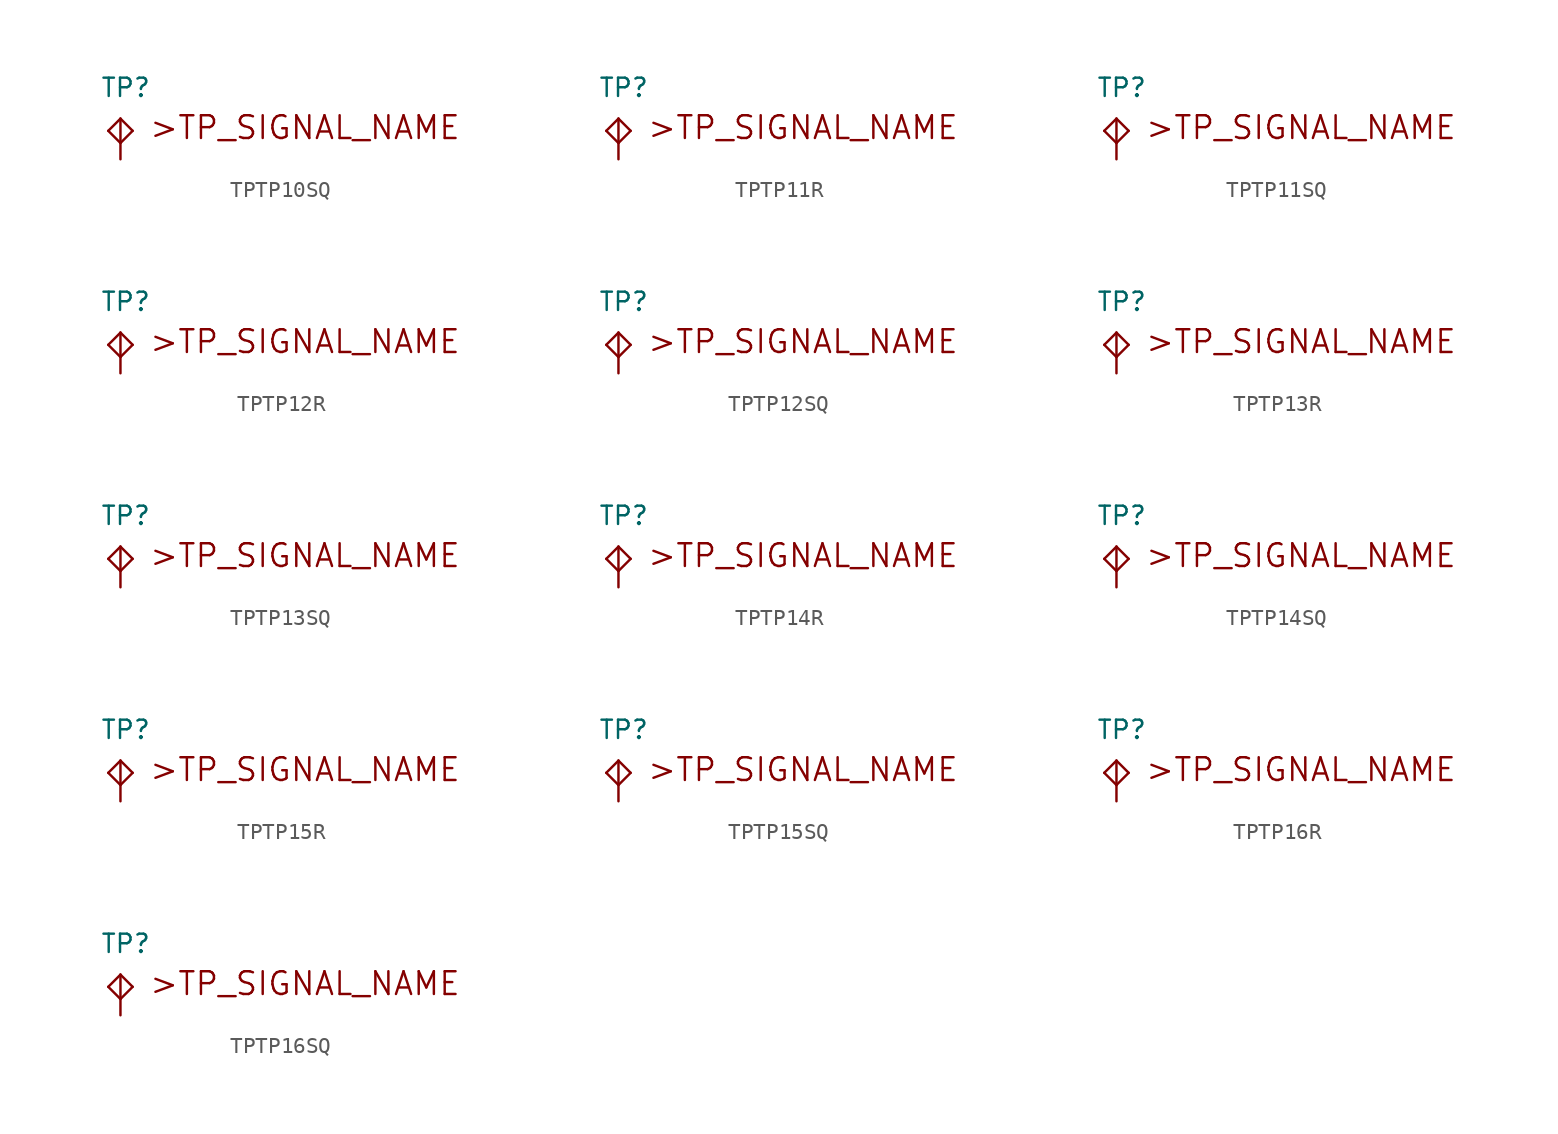
<source format=kicad_sym>
(kicad_symbol_lib
  (version 20211014)
  (generator kicad_symbol_editor)
  (symbol "TPTP10SQ"
    (pin_numbers hide)
    (pin_names
      (offset 1.016) hide)
    (property "Reference" "TP"
      (at -1.27 1.27 0)
      (effects (font (size 1.143 1.143)) (justify left bottom)))
    (property "ki_locked" ""
      (at 0 0 0)
      (effects (font (size 1.27 1.27))))
    (symbol "TPTP10SQ_1_0"
      (polyline (pts (xy -0.762 -0.762) (xy 0 0)) (stroke (width 0) (type default) (color 0 0 0 0)) (fill (type none)))
      (polyline (pts (xy 0 -1.524) (xy -0.762 -0.762)) (stroke (width 0) (type default) (color 0 0 0 0)) (fill (type none)))
      (polyline (pts (xy 0 0) (xy 0.762 -0.762)) (stroke (width 0) (type default) (color 0 0 0 0)) (fill (type none)))
      (polyline (pts (xy 0.762 -0.762) (xy 0 -1.524)) (stroke (width 0) (type default) (color 0 0 0 0)) (fill (type none)))
      (text ">TP_SIGNAL_NAME" (at 11.532 -0.559 0) (effects (font (size 1.422 1.422)))))
    (symbol "TPTP10SQ_1_1"
      (pin input line (at 0 -2.54 90) (length 2.54) (name "TP" (effects (font (size 1.016 1.016)))) (number "TP" (effects (font (size 1.016 1.016)))))))
  (symbol "TPTP11R"
    (pin_numbers hide)
    (pin_names
      (offset 1.016) hide)
    (property "Reference" "TP"
      (at -1.27 1.27 0)
      (effects (font (size 1.143 1.143)) (justify left bottom)))
    (property "ki_locked" ""
      (at 0 0 0)
      (effects (font (size 1.27 1.27))))
    (symbol "TPTP11R_1_0"
      (polyline (pts (xy -0.762 -0.762) (xy 0 0)) (stroke (width 0) (type default) (color 0 0 0 0)) (fill (type none)))
      (polyline (pts (xy 0 -1.524) (xy -0.762 -0.762)) (stroke (width 0) (type default) (color 0 0 0 0)) (fill (type none)))
      (polyline (pts (xy 0 0) (xy 0.762 -0.762)) (stroke (width 0) (type default) (color 0 0 0 0)) (fill (type none)))
      (polyline (pts (xy 0.762 -0.762) (xy 0 -1.524)) (stroke (width 0) (type default) (color 0 0 0 0)) (fill (type none)))
      (text ">TP_SIGNAL_NAME" (at 11.532 -0.559 0) (effects (font (size 1.422 1.422)))))
    (symbol "TPTP11R_1_1"
      (pin input line (at 0 -2.54 90) (length 2.54) (name "TP" (effects (font (size 1.016 1.016)))) (number "TP" (effects (font (size 1.016 1.016)))))))
  (symbol "TPTP11SQ"
    (pin_numbers hide)
    (pin_names
      (offset 1.016) hide)
    (property "Reference" "TP"
      (at -1.27 1.27 0)
      (effects (font (size 1.143 1.143)) (justify left bottom)))
    (property "ki_locked" ""
      (at 0 0 0)
      (effects (font (size 1.27 1.27))))
    (symbol "TPTP11SQ_1_0"
      (polyline (pts (xy -0.762 -0.762) (xy 0 0)) (stroke (width 0) (type default) (color 0 0 0 0)) (fill (type none)))
      (polyline (pts (xy 0 -1.524) (xy -0.762 -0.762)) (stroke (width 0) (type default) (color 0 0 0 0)) (fill (type none)))
      (polyline (pts (xy 0 0) (xy 0.762 -0.762)) (stroke (width 0) (type default) (color 0 0 0 0)) (fill (type none)))
      (polyline (pts (xy 0.762 -0.762) (xy 0 -1.524)) (stroke (width 0) (type default) (color 0 0 0 0)) (fill (type none)))
      (text ">TP_SIGNAL_NAME" (at 11.532 -0.559 0) (effects (font (size 1.422 1.422)))))
    (symbol "TPTP11SQ_1_1"
      (pin input line (at 0 -2.54 90) (length 2.54) (name "TP" (effects (font (size 1.016 1.016)))) (number "TP" (effects (font (size 1.016 1.016)))))))
  (symbol "TPTP12R"
    (pin_numbers hide)
    (pin_names
      (offset 1.016) hide)
    (property "Reference" "TP"
      (at -1.27 1.27 0)
      (effects (font (size 1.143 1.143)) (justify left bottom)))
    (property "ki_locked" ""
      (at 0 0 0)
      (effects (font (size 1.27 1.27))))
    (symbol "TPTP12R_1_0"
      (polyline (pts (xy -0.762 -0.762) (xy 0 0)) (stroke (width 0) (type default) (color 0 0 0 0)) (fill (type none)))
      (polyline (pts (xy 0 -1.524) (xy -0.762 -0.762)) (stroke (width 0) (type default) (color 0 0 0 0)) (fill (type none)))
      (polyline (pts (xy 0 0) (xy 0.762 -0.762)) (stroke (width 0) (type default) (color 0 0 0 0)) (fill (type none)))
      (polyline (pts (xy 0.762 -0.762) (xy 0 -1.524)) (stroke (width 0) (type default) (color 0 0 0 0)) (fill (type none)))
      (text ">TP_SIGNAL_NAME" (at 11.532 -0.559 0) (effects (font (size 1.422 1.422)))))
    (symbol "TPTP12R_1_1"
      (pin input line (at 0 -2.54 90) (length 2.54) (name "TP" (effects (font (size 1.016 1.016)))) (number "TP" (effects (font (size 1.016 1.016)))))))
  (symbol "TPTP12SQ"
    (pin_numbers hide)
    (pin_names
      (offset 1.016) hide)
    (property "Reference" "TP"
      (at -1.27 1.27 0)
      (effects (font (size 1.143 1.143)) (justify left bottom)))
    (property "ki_locked" ""
      (at 0 0 0)
      (effects (font (size 1.27 1.27))))
    (symbol "TPTP12SQ_1_0"
      (polyline (pts (xy -0.762 -0.762) (xy 0 0)) (stroke (width 0) (type default) (color 0 0 0 0)) (fill (type none)))
      (polyline (pts (xy 0 -1.524) (xy -0.762 -0.762)) (stroke (width 0) (type default) (color 0 0 0 0)) (fill (type none)))
      (polyline (pts (xy 0 0) (xy 0.762 -0.762)) (stroke (width 0) (type default) (color 0 0 0 0)) (fill (type none)))
      (polyline (pts (xy 0.762 -0.762) (xy 0 -1.524)) (stroke (width 0) (type default) (color 0 0 0 0)) (fill (type none)))
      (text ">TP_SIGNAL_NAME" (at 11.532 -0.559 0) (effects (font (size 1.422 1.422)))))
    (symbol "TPTP12SQ_1_1"
      (pin input line (at 0 -2.54 90) (length 2.54) (name "TP" (effects (font (size 1.016 1.016)))) (number "TP" (effects (font (size 1.016 1.016)))))))
  (symbol "TPTP13R"
    (pin_numbers hide)
    (pin_names
      (offset 1.016) hide)
    (property "Reference" "TP"
      (at -1.27 1.27 0)
      (effects (font (size 1.143 1.143)) (justify left bottom)))
    (property "ki_locked" ""
      (at 0 0 0)
      (effects (font (size 1.27 1.27))))
    (symbol "TPTP13R_1_0"
      (polyline (pts (xy -0.762 -0.762) (xy 0 0)) (stroke (width 0) (type default) (color 0 0 0 0)) (fill (type none)))
      (polyline (pts (xy 0 -1.524) (xy -0.762 -0.762)) (stroke (width 0) (type default) (color 0 0 0 0)) (fill (type none)))
      (polyline (pts (xy 0 0) (xy 0.762 -0.762)) (stroke (width 0) (type default) (color 0 0 0 0)) (fill (type none)))
      (polyline (pts (xy 0.762 -0.762) (xy 0 -1.524)) (stroke (width 0) (type default) (color 0 0 0 0)) (fill (type none)))
      (text ">TP_SIGNAL_NAME" (at 11.532 -0.559 0) (effects (font (size 1.422 1.422)))))
    (symbol "TPTP13R_1_1"
      (pin input line (at 0 -2.54 90) (length 2.54) (name "TP" (effects (font (size 1.016 1.016)))) (number "TP" (effects (font (size 1.016 1.016)))))))
  (symbol "TPTP13SQ"
    (pin_numbers hide)
    (pin_names
      (offset 1.016) hide)
    (property "Reference" "TP"
      (at -1.27 1.27 0)
      (effects (font (size 1.143 1.143)) (justify left bottom)))
    (property "ki_locked" ""
      (at 0 0 0)
      (effects (font (size 1.27 1.27))))
    (symbol "TPTP13SQ_1_0"
      (polyline (pts (xy -0.762 -0.762) (xy 0 0)) (stroke (width 0) (type default) (color 0 0 0 0)) (fill (type none)))
      (polyline (pts (xy 0 -1.524) (xy -0.762 -0.762)) (stroke (width 0) (type default) (color 0 0 0 0)) (fill (type none)))
      (polyline (pts (xy 0 0) (xy 0.762 -0.762)) (stroke (width 0) (type default) (color 0 0 0 0)) (fill (type none)))
      (polyline (pts (xy 0.762 -0.762) (xy 0 -1.524)) (stroke (width 0) (type default) (color 0 0 0 0)) (fill (type none)))
      (text ">TP_SIGNAL_NAME" (at 11.532 -0.559 0) (effects (font (size 1.422 1.422)))))
    (symbol "TPTP13SQ_1_1"
      (pin input line (at 0 -2.54 90) (length 2.54) (name "TP" (effects (font (size 1.016 1.016)))) (number "TP" (effects (font (size 1.016 1.016)))))))
  (symbol "TPTP14R"
    (pin_numbers hide)
    (pin_names
      (offset 1.016) hide)
    (property "Reference" "TP"
      (at -1.27 1.27 0)
      (effects (font (size 1.143 1.143)) (justify left bottom)))
    (property "ki_locked" ""
      (at 0 0 0)
      (effects (font (size 1.27 1.27))))
    (symbol "TPTP14R_1_0"
      (polyline (pts (xy -0.762 -0.762) (xy 0 0)) (stroke (width 0) (type default) (color 0 0 0 0)) (fill (type none)))
      (polyline (pts (xy 0 -1.524) (xy -0.762 -0.762)) (stroke (width 0) (type default) (color 0 0 0 0)) (fill (type none)))
      (polyline (pts (xy 0 0) (xy 0.762 -0.762)) (stroke (width 0) (type default) (color 0 0 0 0)) (fill (type none)))
      (polyline (pts (xy 0.762 -0.762) (xy 0 -1.524)) (stroke (width 0) (type default) (color 0 0 0 0)) (fill (type none)))
      (text ">TP_SIGNAL_NAME" (at 11.532 -0.559 0) (effects (font (size 1.422 1.422)))))
    (symbol "TPTP14R_1_1"
      (pin input line (at 0 -2.54 90) (length 2.54) (name "TP" (effects (font (size 1.016 1.016)))) (number "TP" (effects (font (size 1.016 1.016)))))))
  (symbol "TPTP14SQ"
    (pin_numbers hide)
    (pin_names
      (offset 1.016) hide)
    (property "Reference" "TP"
      (at -1.27 1.27 0)
      (effects (font (size 1.143 1.143)) (justify left bottom)))
    (property "ki_locked" ""
      (at 0 0 0)
      (effects (font (size 1.27 1.27))))
    (symbol "TPTP14SQ_1_0"
      (polyline (pts (xy -0.762 -0.762) (xy 0 0)) (stroke (width 0) (type default) (color 0 0 0 0)) (fill (type none)))
      (polyline (pts (xy 0 -1.524) (xy -0.762 -0.762)) (stroke (width 0) (type default) (color 0 0 0 0)) (fill (type none)))
      (polyline (pts (xy 0 0) (xy 0.762 -0.762)) (stroke (width 0) (type default) (color 0 0 0 0)) (fill (type none)))
      (polyline (pts (xy 0.762 -0.762) (xy 0 -1.524)) (stroke (width 0) (type default) (color 0 0 0 0)) (fill (type none)))
      (text ">TP_SIGNAL_NAME" (at 11.532 -0.559 0) (effects (font (size 1.422 1.422)))))
    (symbol "TPTP14SQ_1_1"
      (pin input line (at 0 -2.54 90) (length 2.54) (name "TP" (effects (font (size 1.016 1.016)))) (number "TP" (effects (font (size 1.016 1.016)))))))
  (symbol "TPTP15R"
    (pin_numbers hide)
    (pin_names
      (offset 1.016) hide)
    (property "Reference" "TP"
      (at -1.27 1.27 0)
      (effects (font (size 1.143 1.143)) (justify left bottom)))
    (property "ki_locked" ""
      (at 0 0 0)
      (effects (font (size 1.27 1.27))))
    (symbol "TPTP15R_1_0"
      (polyline (pts (xy -0.762 -0.762) (xy 0 0)) (stroke (width 0) (type default) (color 0 0 0 0)) (fill (type none)))
      (polyline (pts (xy 0 -1.524) (xy -0.762 -0.762)) (stroke (width 0) (type default) (color 0 0 0 0)) (fill (type none)))
      (polyline (pts (xy 0 0) (xy 0.762 -0.762)) (stroke (width 0) (type default) (color 0 0 0 0)) (fill (type none)))
      (polyline (pts (xy 0.762 -0.762) (xy 0 -1.524)) (stroke (width 0) (type default) (color 0 0 0 0)) (fill (type none)))
      (text ">TP_SIGNAL_NAME" (at 11.532 -0.559 0) (effects (font (size 1.422 1.422)))))
    (symbol "TPTP15R_1_1"
      (pin input line (at 0 -2.54 90) (length 2.54) (name "TP" (effects (font (size 1.016 1.016)))) (number "TP" (effects (font (size 1.016 1.016)))))))
  (symbol "TPTP15SQ"
    (pin_numbers hide)
    (pin_names
      (offset 1.016) hide)
    (property "Reference" "TP"
      (at -1.27 1.27 0)
      (effects (font (size 1.143 1.143)) (justify left bottom)))
    (property "ki_locked" ""
      (at 0 0 0)
      (effects (font (size 1.27 1.27))))
    (symbol "TPTP15SQ_1_0"
      (polyline (pts (xy -0.762 -0.762) (xy 0 0)) (stroke (width 0) (type default) (color 0 0 0 0)) (fill (type none)))
      (polyline (pts (xy 0 -1.524) (xy -0.762 -0.762)) (stroke (width 0) (type default) (color 0 0 0 0)) (fill (type none)))
      (polyline (pts (xy 0 0) (xy 0.762 -0.762)) (stroke (width 0) (type default) (color 0 0 0 0)) (fill (type none)))
      (polyline (pts (xy 0.762 -0.762) (xy 0 -1.524)) (stroke (width 0) (type default) (color 0 0 0 0)) (fill (type none)))
      (text ">TP_SIGNAL_NAME" (at 11.532 -0.559 0) (effects (font (size 1.422 1.422)))))
    (symbol "TPTP15SQ_1_1"
      (pin input line (at 0 -2.54 90) (length 2.54) (name "TP" (effects (font (size 1.016 1.016)))) (number "TP" (effects (font (size 1.016 1.016)))))))
  (symbol "TPTP16R"
    (pin_numbers hide)
    (pin_names
      (offset 1.016) hide)
    (property "Reference" "TP"
      (at -1.27 1.27 0)
      (effects (font (size 1.143 1.143)) (justify left bottom)))
    (property "ki_locked" ""
      (at 0 0 0)
      (effects (font (size 1.27 1.27))))
    (symbol "TPTP16R_1_0"
      (polyline (pts (xy -0.762 -0.762) (xy 0 0)) (stroke (width 0) (type default) (color 0 0 0 0)) (fill (type none)))
      (polyline (pts (xy 0 -1.524) (xy -0.762 -0.762)) (stroke (width 0) (type default) (color 0 0 0 0)) (fill (type none)))
      (polyline (pts (xy 0 0) (xy 0.762 -0.762)) (stroke (width 0) (type default) (color 0 0 0 0)) (fill (type none)))
      (polyline (pts (xy 0.762 -0.762) (xy 0 -1.524)) (stroke (width 0) (type default) (color 0 0 0 0)) (fill (type none)))
      (text ">TP_SIGNAL_NAME" (at 11.532 -0.559 0) (effects (font (size 1.422 1.422)))))
    (symbol "TPTP16R_1_1"
      (pin input line (at 0 -2.54 90) (length 2.54) (name "TP" (effects (font (size 1.016 1.016)))) (number "TP" (effects (font (size 1.016 1.016)))))))
  (symbol "TPTP16SQ"
    (pin_numbers hide)
    (pin_names
      (offset 1.016) hide)
    (property "Reference" "TP"
      (at -1.27 1.27 0)
      (effects (font (size 1.143 1.143)) (justify left bottom)))
    (property "ki_locked" ""
      (at 0 0 0)
      (effects (font (size 1.27 1.27))))
    (symbol "TPTP16SQ_1_0"
      (polyline (pts (xy -0.762 -0.762) (xy 0 0)) (stroke (width 0) (type default) (color 0 0 0 0)) (fill (type none)))
      (polyline (pts (xy 0 -1.524) (xy -0.762 -0.762)) (stroke (width 0) (type default) (color 0 0 0 0)) (fill (type none)))
      (polyline (pts (xy 0 0) (xy 0.762 -0.762)) (stroke (width 0) (type default) (color 0 0 0 0)) (fill (type none)))
      (polyline (pts (xy 0.762 -0.762) (xy 0 -1.524)) (stroke (width 0) (type default) (color 0 0 0 0)) (fill (type none)))
      (text ">TP_SIGNAL_NAME" (at 11.532 -0.559 0) (effects (font (size 1.422 1.422)))))
    (symbol "TPTP16SQ_1_1"
      (pin input line (at 0 -2.54 90) (length 2.54) (name "TP" (effects (font (size 1.016 1.016)))) (number "TP" (effects (font (size 1.016 1.016))))))))
</source>
